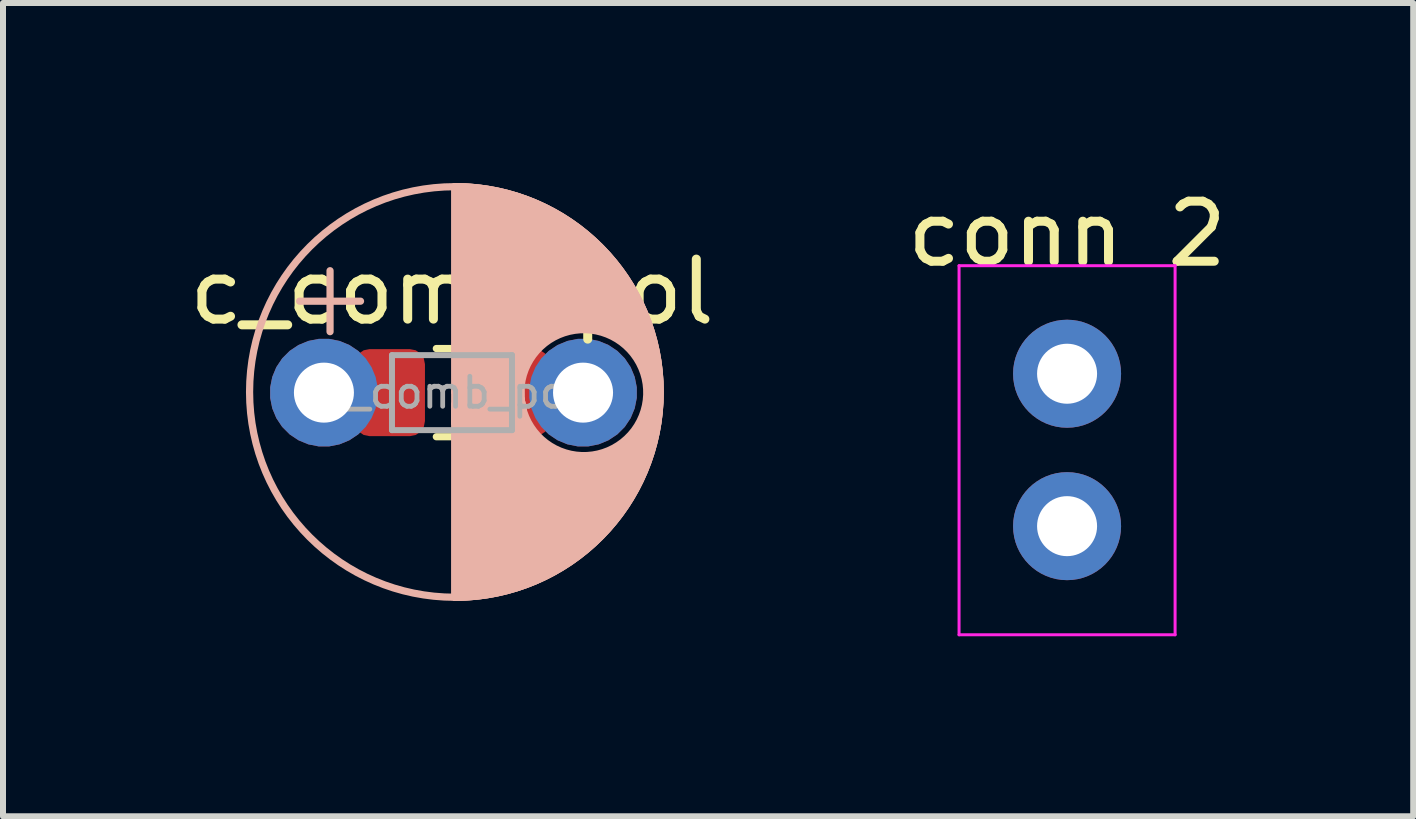
<source format=kicad_pcb>
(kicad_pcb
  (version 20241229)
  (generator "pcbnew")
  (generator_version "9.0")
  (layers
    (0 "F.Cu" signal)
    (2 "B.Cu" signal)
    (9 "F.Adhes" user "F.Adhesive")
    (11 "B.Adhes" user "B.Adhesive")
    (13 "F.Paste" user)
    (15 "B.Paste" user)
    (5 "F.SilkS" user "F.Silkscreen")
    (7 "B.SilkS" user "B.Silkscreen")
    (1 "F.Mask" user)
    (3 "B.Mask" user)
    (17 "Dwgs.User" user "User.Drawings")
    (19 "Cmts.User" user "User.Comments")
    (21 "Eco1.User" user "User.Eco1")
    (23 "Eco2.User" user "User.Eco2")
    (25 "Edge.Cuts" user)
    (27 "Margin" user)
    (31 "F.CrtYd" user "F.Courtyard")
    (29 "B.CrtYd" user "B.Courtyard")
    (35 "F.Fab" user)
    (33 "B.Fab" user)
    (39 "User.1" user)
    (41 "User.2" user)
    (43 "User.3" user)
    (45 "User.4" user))
  (footprint "c_comb_pol"
    (layer "F.Cu")
    (at 4.482 3.493)
    (property "Reference" "c_comb_pol" (at 0 -1.68 0) (layer "F.SilkS") (effects (font (size 1 1) (thickness 0.15))))
    (attr smd)
    (fp_line (start -0.261 -0.735) (end 0.261 -0.735) (stroke (width 0.12) (type solid)) (layer "F.SilkS"))
    (fp_line (start -0.261 0.735) (end 0.261 0.735) (stroke (width 0.12) (type solid)) (layer "F.SilkS"))
    (fp_line (start -2.54 -1.524) (end -1.524 -1.524) (stroke (width 0.12) (type solid)) (layer "B.SilkS"))
    (fp_line (start -2.032 -1.016) (end -2.032 -2.032) (stroke (width 0.12) (type solid)) (layer "B.SilkS"))
    (fp_line (start 0.048 -3.433) (end 0.048 -0.011) (stroke (width 0.12) (type solid)) (layer "B.SilkS"))
    (fp_line (start 0.048 -0.011) (end 0.048 0.508) (stroke (width 0.12) (type solid)) (layer "B.SilkS"))
    (fp_line (start 0.048 -0.011) (end 1.06 0.019) (stroke (width 0.12) (type solid)) (layer "B.SilkS"))
    (fp_line (start 0.048 0.195) (end 1.184 0.278) (stroke (width 0.12) (type solid)) (layer "B.SilkS"))
    (fp_line (start 0.048 3.411) (end 0.048 0.195) (stroke (width 0.12) (type solid)) (layer "B.SilkS"))
    (fp_line (start 1.149 -0.074) (end 1.151 0.112) (stroke (width 0.12) (type solid)) (layer "B.SilkS"))
    (fp_line (start 1.151 0.112) (end 0.048 -0.011) (stroke (width 0.12) (type solid)) (layer "B.SilkS"))
    (fp_line (start 1.151 0.112) (end 1.06 0.019) (stroke (width 0.12) (type solid)) (layer "B.SilkS"))
    (fp_line (start 1.151 0.112) (end 1.184 0.254) (stroke (width 0.12) (type solid)) (layer "B.SilkS"))
    (fp_line (start 1.184 0.278) (end 1.151 0.112) (stroke (width 0.12) (type solid)) (layer "B.SilkS"))
    (fp_arc (start 0.047663 -3.43299) (mid 3.469411 -0.011242) (end 0.047663 3.410506) (stroke (width 0.12) (type solid)) (layer "B.SilkS"))
    (fp_circle (center 0.048 -0.011) (end 2.638 2.224) (stroke (width 0.12) (type solid)) (fill no) (layer "B.SilkS"))
    (fp_poly (pts (xy 0.048 -0.011) (xy 1.151 0.112) (xy 1.184 0.278) (xy 0.048 0.508)) (stroke (width 0.12) (type solid)) (fill yes) (layer "B.SilkS"))
    (fp_poly (pts (xy 1.06 0.019) (xy 1.151 0.112) (arc (start 1.149332 -0.074073) (mid 3.240679 -0.103217) (end 1.184083 0.277561)) (xy 0.048 0.195) (arc (start 0.047663 3.410506) (mid 3.469411 -0.011242) (end 0.047663 -3.43299)) (xy 0.048 -0.011)) (stroke (width 0.12) (type solid)) (fill yes) (layer "B.SilkS"))
    (fp_line (start -1 -0.625) (end 1 -0.625) (stroke (width 0.1) (type solid)) (layer "F.Fab"))
    (fp_line (start -1 0.625) (end -1 -0.625) (stroke (width 0.1) (type solid)) (layer "F.Fab"))
    (fp_line (start 1 -0.625) (end 1 0.625) (stroke (width 0.1) (type solid)) (layer "F.Fab"))
    (fp_line (start 1 0.625) (end -1 0.625) (stroke (width 0.1) (type solid)) (layer "F.Fab"))
    (fp_text user "${REFERENCE}" (at 0 0 0) (layer "F.Fab") (effects (font (size 0.5 0.5) (thickness 0.08))))
    (pad "1" thru_hole custom (at -2.134 0) (size 1.8 1.8) (drill 1) (layers "*.Cu" "*.Mask") (options (anchor circle)) (primitives))
    (pad "1" smd roundrect (at -1.038 0) (size 1.175 1.45) (layers "F.Cu" "F.Mask" "F.Paste") (roundrect_rratio 0.213))
    (pad "2" smd roundrect (at 1.038 0) (size 1.175 1.45) (layers "F.Cu" "F.Mask" "F.Paste") (roundrect_rratio 0.213))
    (pad "2" thru_hole custom (at 2.184 0) (size 1.8 1.8) (drill 1) (layers "*.Cu" "*.Mask") (options (anchor circle)) (primitives)))
  (footprint "conn 2"
    (layer "F.Cu")
    (at 14.732 3.178)
    (property "Reference" "conn 2" (at 0 -2.33 0) (layer "F.SilkS") (effects (font (size 1 1) (thickness 0.15))))
    (attr through_hole)
    (fp_line (start -1.8 -1.8) (end -1.8 4.35) (stroke (width 0.05) (type solid)) (layer "F.CrtYd"))
    (fp_line (start -1.8 4.35) (end 1.8 4.35) (stroke (width 0.05) (type solid)) (layer "F.CrtYd"))
    (fp_line (start 1.8 -1.8) (end -1.8 -1.8) (stroke (width 0.05) (type solid)) (layer "F.CrtYd"))
    (fp_line (start 1.8 4.35) (end 1.8 -1.8) (stroke (width 0.05) (type solid)) (layer "F.CrtYd"))
    (pad "1" thru_hole circle (at 0 0) (size 1.8 1.8) (drill 1) (layers "*.Cu" "*.Mask"))
    (pad "2" thru_hole circle (at 0 2.54) (size 1.8 1.8) (drill 1) (layers "*.Cu" "*.Mask")))
  (gr_rect
    (start -3 -3)
    (end 20.5 10.553)
    (stroke (width 0.1) (type default))
    (fill no)
    (layer "Edge.Cuts")))
</source>
